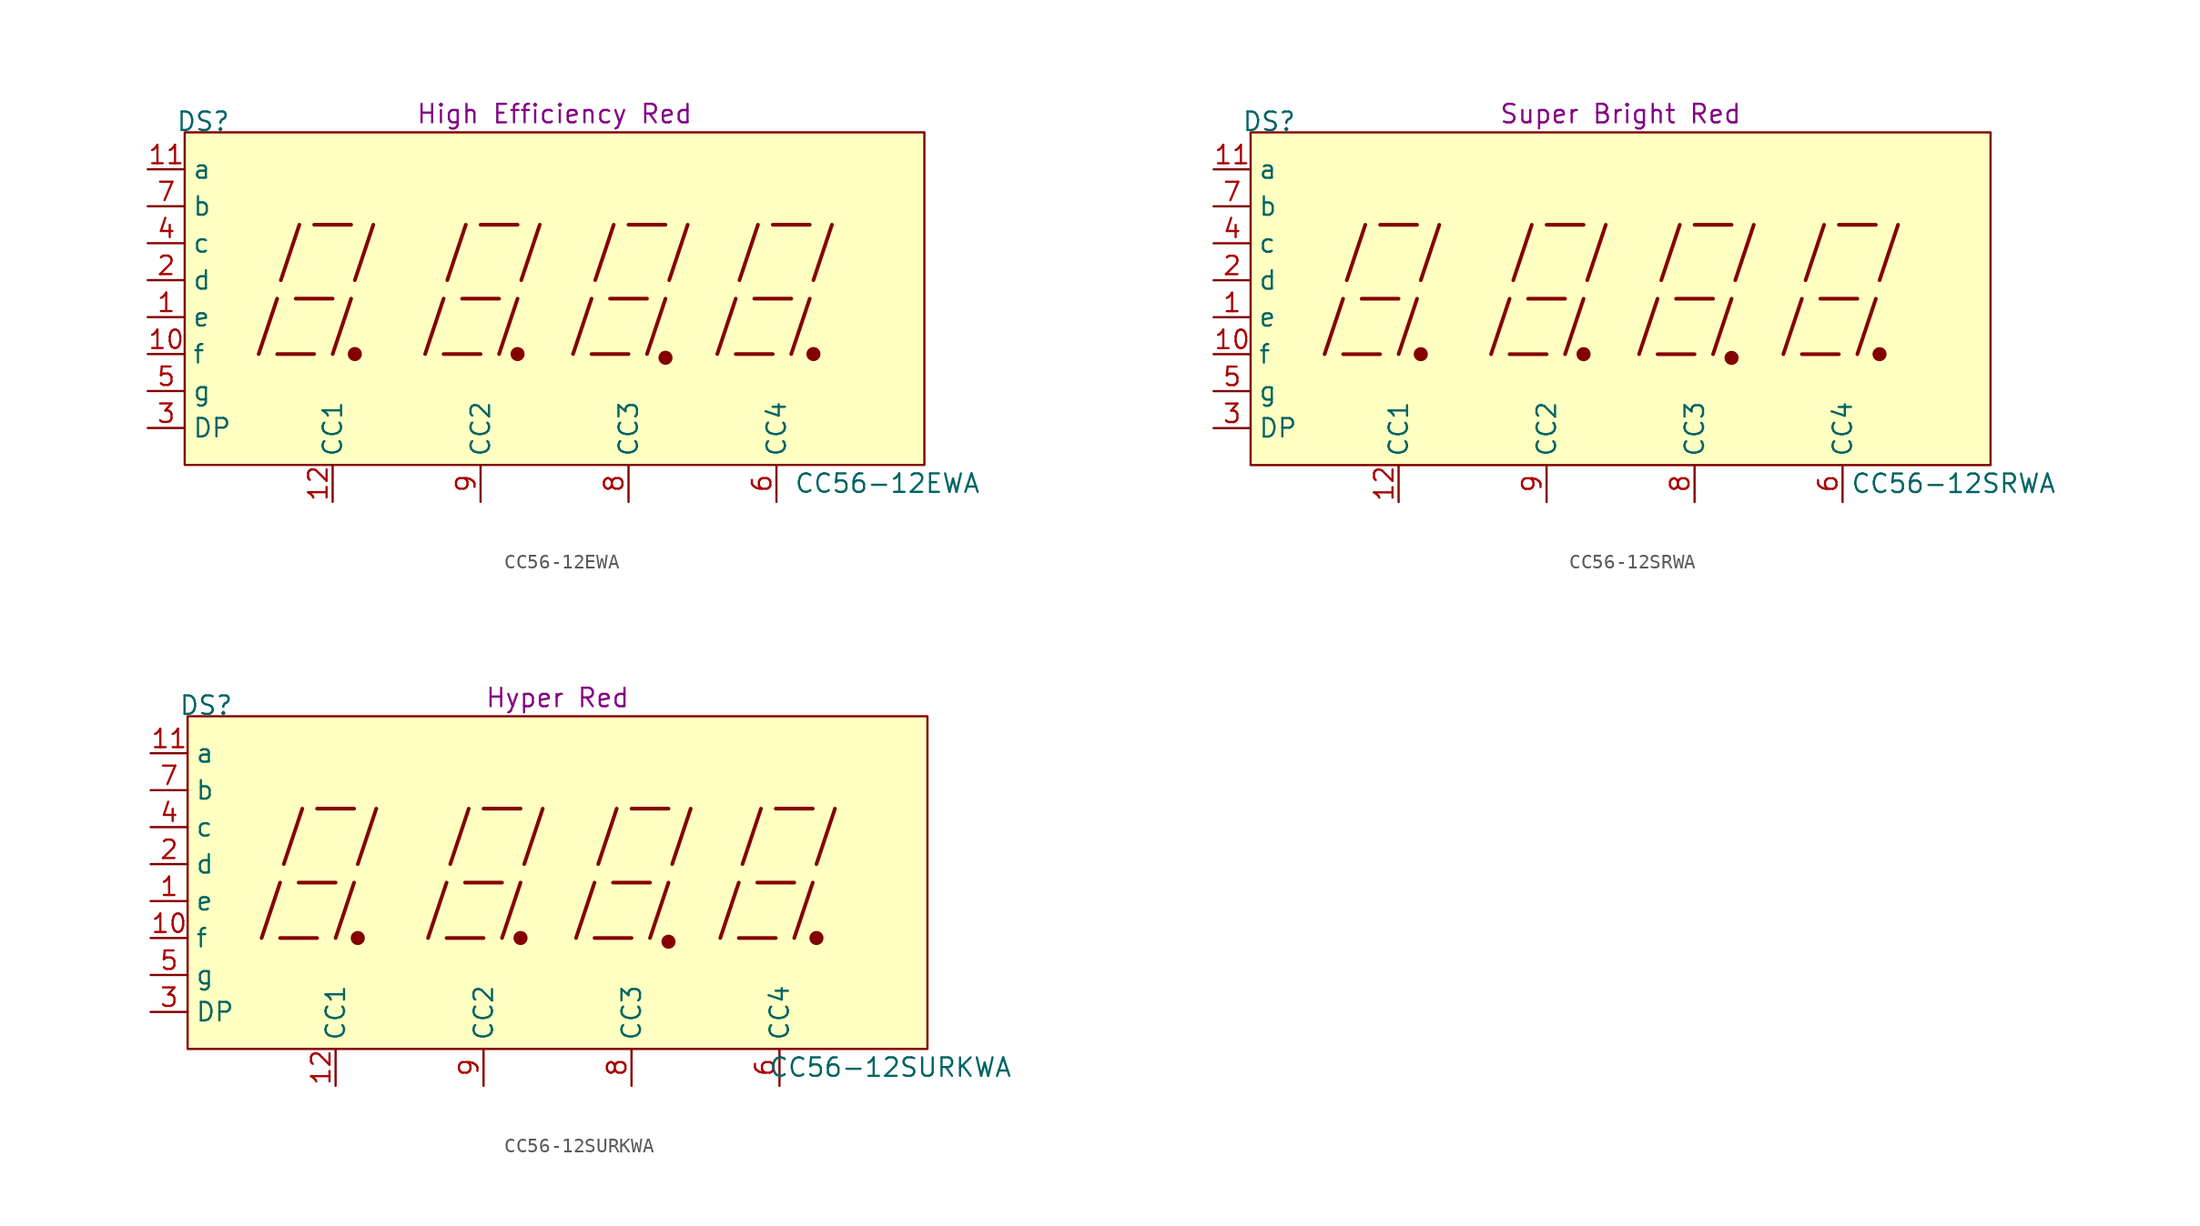
<source format=kicad_sym>
(kicad_symbol_lib
  (version 20211014)
  (generator kicad_symbol_editor)
  (symbol "CC56-12EWA"
    (property "Reference" "DS"
      (at -24.13 11.43 0)
      (effects (font (size 1.27 1.27)) (justify bottom)))
    (property "Value" "CC56-12EWA"
      (at 22.86 -12.7 0)
      (effects (font (size 1.27 1.27))))
    (property "Color" "High Efficiency Red"
      (at 0 12.7 0)
      (effects (font (size 1.27 1.27))))
    (symbol "CC56-12EWA_0_0"
      (rectangle (start -25.4 -11.43) (end 25.4 11.43) (stroke (width 0) (type default) (color 0 0 0 0)) (fill (type background)))
      (polyline (pts (xy -20.32 -3.81) (xy -19.05 0)) (stroke (width 0.254) (type default) (color 0 0 0 0)) (fill (type none)))
      (polyline (pts (xy -19.05 -3.81) (xy -16.51 -3.81)) (stroke (width 0.254) (type default) (color 0 0 0 0)) (fill (type none)))
      (polyline (pts (xy -18.796 1.27) (xy -17.526 5.08)) (stroke (width 0.254) (type default) (color 0 0 0 0)) (fill (type none)))
      (polyline (pts (xy -17.78 0) (xy -15.24 0)) (stroke (width 0.254) (type default) (color 0 0 0 0)) (fill (type none)))
      (polyline (pts (xy -16.51 5.08) (xy -13.97 5.08)) (stroke (width 0.254) (type default) (color 0 0 0 0)) (fill (type none)))
      (polyline (pts (xy -15.24 -3.81) (xy -13.97 0)) (stroke (width 0.254) (type default) (color 0 0 0 0)) (fill (type none)))
      (polyline (pts (xy -13.716 1.27) (xy -12.446 5.08)) (stroke (width 0.254) (type default) (color 0 0 0 0)) (fill (type none)))
      (polyline (pts (xy -8.89 -3.81) (xy -7.62 0)) (stroke (width 0.254) (type default) (color 0 0 0 0)) (fill (type none)))
      (polyline (pts (xy -7.62 -3.81) (xy -5.08 -3.81)) (stroke (width 0.254) (type default) (color 0 0 0 0)) (fill (type none)))
      (polyline (pts (xy -7.366 1.27) (xy -6.096 5.08)) (stroke (width 0.254) (type default) (color 0 0 0 0)) (fill (type none)))
      (polyline (pts (xy -6.35 0) (xy -3.81 0)) (stroke (width 0.254) (type default) (color 0 0 0 0)) (fill (type none)))
      (polyline (pts (xy -5.08 5.08) (xy -2.54 5.08)) (stroke (width 0.254) (type default) (color 0 0 0 0)) (fill (type none)))
      (polyline (pts (xy -3.81 -3.81) (xy -2.54 0)) (stroke (width 0.254) (type default) (color 0 0 0 0)) (fill (type none)))
      (polyline (pts (xy -2.286 1.27) (xy -1.016 5.08)) (stroke (width 0.254) (type default) (color 0 0 0 0)) (fill (type none)))
      (polyline (pts (xy 1.27 -3.81) (xy 2.54 0)) (stroke (width 0.254) (type default) (color 0 0 0 0)) (fill (type none)))
      (polyline (pts (xy 2.54 -3.81) (xy 5.08 -3.81)) (stroke (width 0.254) (type default) (color 0 0 0 0)) (fill (type none)))
      (polyline (pts (xy 2.794 1.27) (xy 4.064 5.08)) (stroke (width 0.254) (type default) (color 0 0 0 0)) (fill (type none)))
      (polyline (pts (xy 3.81 0) (xy 6.35 0)) (stroke (width 0.254) (type default) (color 0 0 0 0)) (fill (type none)))
      (polyline (pts (xy 5.08 5.08) (xy 7.62 5.08)) (stroke (width 0.254) (type default) (color 0 0 0 0)) (fill (type none)))
      (polyline (pts (xy 6.35 -3.81) (xy 7.62 0)) (stroke (width 0.254) (type default) (color 0 0 0 0)) (fill (type none)))
      (polyline (pts (xy 7.874 1.27) (xy 9.144 5.08)) (stroke (width 0.254) (type default) (color 0 0 0 0)) (fill (type none)))
      (polyline (pts (xy 11.176 -3.81) (xy 12.446 0)) (stroke (width 0.254) (type default) (color 0 0 0 0)) (fill (type none)))
      (polyline (pts (xy 12.446 -3.81) (xy 14.986 -3.81)) (stroke (width 0.254) (type default) (color 0 0 0 0)) (fill (type none)))
      (polyline (pts (xy 12.7 1.27) (xy 13.97 5.08)) (stroke (width 0.254) (type default) (color 0 0 0 0)) (fill (type none)))
      (polyline (pts (xy 13.716 0) (xy 16.256 0)) (stroke (width 0.254) (type default) (color 0 0 0 0)) (fill (type none)))
      (polyline (pts (xy 14.986 5.08) (xy 17.526 5.08)) (stroke (width 0.254) (type default) (color 0 0 0 0)) (fill (type none)))
      (polyline (pts (xy 16.256 -3.81) (xy 17.526 0)) (stroke (width 0.254) (type default) (color 0 0 0 0)) (fill (type none)))
      (polyline (pts (xy 17.78 1.27) (xy 19.05 5.08)) (stroke (width 0.254) (type default) (color 0 0 0 0)) (fill (type none))))
    (symbol "CC56-12EWA_0_1"
      (circle (center -13.716 -3.81) (radius 0.356) (stroke (width 0.254) (type default) (color 0 0 0 0)) (fill (type outline)))
      (circle (center -2.54 -3.81) (radius 0.356) (stroke (width 0.254) (type default) (color 0 0 0 0)) (fill (type outline))))
    (symbol "CC56-12EWA_1_0"
      (circle (center 7.62 -4.064) (radius 0.356) (stroke (width 0.254) (type default) (color 0 0 0 0)) (fill (type outline)))
      (circle (center 17.78 -3.81) (radius 0.356) (stroke (width 0.254) (type default) (color 0 0 0 0)) (fill (type outline))))
    (symbol "CC56-12EWA_1_1"
      (pin passive line (at -27.94 -1.27 0) (length 2.54) (name "e" (effects (font (size 1.27 1.27)))) (number "1" (effects (font (size 1.27 1.27)))))
      (pin passive line (at -27.94 -3.81 0) (length 2.54) (name "f" (effects (font (size 1.27 1.27)))) (number "10" (effects (font (size 1.27 1.27)))))
      (pin passive line (at -27.94 8.89 0) (length 2.54) (name "a" (effects (font (size 1.27 1.27)))) (number "11" (effects (font (size 1.27 1.27)))))
      (pin passive line (at -15.24 -13.97 90) (length 2.54) (name "CC1" (effects (font (size 1.27 1.27)))) (number "12" (effects (font (size 1.27 1.27)))))
      (pin passive line (at -27.94 1.27 0) (length 2.54) (name "d" (effects (font (size 1.27 1.27)))) (number "2" (effects (font (size 1.27 1.27)))))
      (pin passive line (at -27.94 -8.89 0) (length 2.54) (name "DP" (effects (font (size 1.27 1.27)))) (number "3" (effects (font (size 1.27 1.27)))))
      (pin passive line (at -27.94 3.81 0) (length 2.54) (name "c" (effects (font (size 1.27 1.27)))) (number "4" (effects (font (size 1.27 1.27)))))
      (pin passive line (at -27.94 -6.35 0) (length 2.54) (name "g" (effects (font (size 1.27 1.27)))) (number "5" (effects (font (size 1.27 1.27)))))
      (pin passive line (at 15.24 -13.97 90) (length 2.54) (name "CC4" (effects (font (size 1.27 1.27)))) (number "6" (effects (font (size 1.27 1.27)))))
      (pin passive line (at -27.94 6.35 0) (length 2.54) (name "b" (effects (font (size 1.27 1.27)))) (number "7" (effects (font (size 1.27 1.27)))))
      (pin passive line (at 5.08 -13.97 90) (length 2.54) (name "CC3" (effects (font (size 1.27 1.27)))) (number "8" (effects (font (size 1.27 1.27)))))
      (pin passive line (at -5.08 -13.97 90) (length 2.54) (name "CC2" (effects (font (size 1.27 1.27)))) (number "9" (effects (font (size 1.27 1.27)))))))
  (symbol "CC56-12SRWA"
    (property "Reference" "DS"
      (at -24.13 11.43 0)
      (effects (font (size 1.27 1.27)) (justify bottom)))
    (property "Value" "CC56-12SRWA"
      (at 22.86 -12.7 0)
      (effects (font (size 1.27 1.27))))
    (property "Color" "Super Bright Red"
      (at 0 12.7 0)
      (effects (font (size 1.27 1.27))))
    (symbol "CC56-12SRWA_0_0"
      (rectangle (start -25.4 -11.43) (end 25.4 11.43) (stroke (width 0) (type default) (color 0 0 0 0)) (fill (type background)))
      (polyline (pts (xy -20.32 -3.81) (xy -19.05 0)) (stroke (width 0.254) (type default) (color 0 0 0 0)) (fill (type none)))
      (polyline (pts (xy -19.05 -3.81) (xy -16.51 -3.81)) (stroke (width 0.254) (type default) (color 0 0 0 0)) (fill (type none)))
      (polyline (pts (xy -18.796 1.27) (xy -17.526 5.08)) (stroke (width 0.254) (type default) (color 0 0 0 0)) (fill (type none)))
      (polyline (pts (xy -17.78 0) (xy -15.24 0)) (stroke (width 0.254) (type default) (color 0 0 0 0)) (fill (type none)))
      (polyline (pts (xy -16.51 5.08) (xy -13.97 5.08)) (stroke (width 0.254) (type default) (color 0 0 0 0)) (fill (type none)))
      (polyline (pts (xy -15.24 -3.81) (xy -13.97 0)) (stroke (width 0.254) (type default) (color 0 0 0 0)) (fill (type none)))
      (polyline (pts (xy -13.716 1.27) (xy -12.446 5.08)) (stroke (width 0.254) (type default) (color 0 0 0 0)) (fill (type none)))
      (polyline (pts (xy -8.89 -3.81) (xy -7.62 0)) (stroke (width 0.254) (type default) (color 0 0 0 0)) (fill (type none)))
      (polyline (pts (xy -7.62 -3.81) (xy -5.08 -3.81)) (stroke (width 0.254) (type default) (color 0 0 0 0)) (fill (type none)))
      (polyline (pts (xy -7.366 1.27) (xy -6.096 5.08)) (stroke (width 0.254) (type default) (color 0 0 0 0)) (fill (type none)))
      (polyline (pts (xy -6.35 0) (xy -3.81 0)) (stroke (width 0.254) (type default) (color 0 0 0 0)) (fill (type none)))
      (polyline (pts (xy -5.08 5.08) (xy -2.54 5.08)) (stroke (width 0.254) (type default) (color 0 0 0 0)) (fill (type none)))
      (polyline (pts (xy -3.81 -3.81) (xy -2.54 0)) (stroke (width 0.254) (type default) (color 0 0 0 0)) (fill (type none)))
      (polyline (pts (xy -2.286 1.27) (xy -1.016 5.08)) (stroke (width 0.254) (type default) (color 0 0 0 0)) (fill (type none)))
      (polyline (pts (xy 1.27 -3.81) (xy 2.54 0)) (stroke (width 0.254) (type default) (color 0 0 0 0)) (fill (type none)))
      (polyline (pts (xy 2.54 -3.81) (xy 5.08 -3.81)) (stroke (width 0.254) (type default) (color 0 0 0 0)) (fill (type none)))
      (polyline (pts (xy 2.794 1.27) (xy 4.064 5.08)) (stroke (width 0.254) (type default) (color 0 0 0 0)) (fill (type none)))
      (polyline (pts (xy 3.81 0) (xy 6.35 0)) (stroke (width 0.254) (type default) (color 0 0 0 0)) (fill (type none)))
      (polyline (pts (xy 5.08 5.08) (xy 7.62 5.08)) (stroke (width 0.254) (type default) (color 0 0 0 0)) (fill (type none)))
      (polyline (pts (xy 6.35 -3.81) (xy 7.62 0)) (stroke (width 0.254) (type default) (color 0 0 0 0)) (fill (type none)))
      (polyline (pts (xy 7.874 1.27) (xy 9.144 5.08)) (stroke (width 0.254) (type default) (color 0 0 0 0)) (fill (type none)))
      (polyline (pts (xy 11.176 -3.81) (xy 12.446 0)) (stroke (width 0.254) (type default) (color 0 0 0 0)) (fill (type none)))
      (polyline (pts (xy 12.446 -3.81) (xy 14.986 -3.81)) (stroke (width 0.254) (type default) (color 0 0 0 0)) (fill (type none)))
      (polyline (pts (xy 12.7 1.27) (xy 13.97 5.08)) (stroke (width 0.254) (type default) (color 0 0 0 0)) (fill (type none)))
      (polyline (pts (xy 13.716 0) (xy 16.256 0)) (stroke (width 0.254) (type default) (color 0 0 0 0)) (fill (type none)))
      (polyline (pts (xy 14.986 5.08) (xy 17.526 5.08)) (stroke (width 0.254) (type default) (color 0 0 0 0)) (fill (type none)))
      (polyline (pts (xy 16.256 -3.81) (xy 17.526 0)) (stroke (width 0.254) (type default) (color 0 0 0 0)) (fill (type none)))
      (polyline (pts (xy 17.78 1.27) (xy 19.05 5.08)) (stroke (width 0.254) (type default) (color 0 0 0 0)) (fill (type none))))
    (symbol "CC56-12SRWA_0_1"
      (circle (center -13.716 -3.81) (radius 0.356) (stroke (width 0.254) (type default) (color 0 0 0 0)) (fill (type outline)))
      (circle (center -2.54 -3.81) (radius 0.356) (stroke (width 0.254) (type default) (color 0 0 0 0)) (fill (type outline))))
    (symbol "CC56-12SRWA_1_0"
      (circle (center 7.62 -4.064) (radius 0.356) (stroke (width 0.254) (type default) (color 0 0 0 0)) (fill (type outline)))
      (circle (center 17.78 -3.81) (radius 0.356) (stroke (width 0.254) (type default) (color 0 0 0 0)) (fill (type outline))))
    (symbol "CC56-12SRWA_1_1"
      (pin passive line (at -27.94 -1.27 0) (length 2.54) (name "e" (effects (font (size 1.27 1.27)))) (number "1" (effects (font (size 1.27 1.27)))))
      (pin passive line (at -27.94 -3.81 0) (length 2.54) (name "f" (effects (font (size 1.27 1.27)))) (number "10" (effects (font (size 1.27 1.27)))))
      (pin passive line (at -27.94 8.89 0) (length 2.54) (name "a" (effects (font (size 1.27 1.27)))) (number "11" (effects (font (size 1.27 1.27)))))
      (pin passive line (at -15.24 -13.97 90) (length 2.54) (name "CC1" (effects (font (size 1.27 1.27)))) (number "12" (effects (font (size 1.27 1.27)))))
      (pin passive line (at -27.94 1.27 0) (length 2.54) (name "d" (effects (font (size 1.27 1.27)))) (number "2" (effects (font (size 1.27 1.27)))))
      (pin passive line (at -27.94 -8.89 0) (length 2.54) (name "DP" (effects (font (size 1.27 1.27)))) (number "3" (effects (font (size 1.27 1.27)))))
      (pin passive line (at -27.94 3.81 0) (length 2.54) (name "c" (effects (font (size 1.27 1.27)))) (number "4" (effects (font (size 1.27 1.27)))))
      (pin passive line (at -27.94 -6.35 0) (length 2.54) (name "g" (effects (font (size 1.27 1.27)))) (number "5" (effects (font (size 1.27 1.27)))))
      (pin passive line (at 15.24 -13.97 90) (length 2.54) (name "CC4" (effects (font (size 1.27 1.27)))) (number "6" (effects (font (size 1.27 1.27)))))
      (pin passive line (at -27.94 6.35 0) (length 2.54) (name "b" (effects (font (size 1.27 1.27)))) (number "7" (effects (font (size 1.27 1.27)))))
      (pin passive line (at 5.08 -13.97 90) (length 2.54) (name "CC3" (effects (font (size 1.27 1.27)))) (number "8" (effects (font (size 1.27 1.27)))))
      (pin passive line (at -5.08 -13.97 90) (length 2.54) (name "CC2" (effects (font (size 1.27 1.27)))) (number "9" (effects (font (size 1.27 1.27)))))))
  (symbol "CC56-12SURKWA"
    (property "Reference" "DS"
      (at -24.13 11.43 0)
      (effects (font (size 1.27 1.27)) (justify bottom)))
    (property "Value" "CC56-12SURKWA"
      (at 22.86 -12.7 0)
      (effects (font (size 1.27 1.27))))
    (property "Color" "Hyper Red"
      (at 0 12.7 0)
      (effects (font (size 1.27 1.27))))
    (symbol "CC56-12SURKWA_0_0"
      (rectangle (start -25.4 -11.43) (end 25.4 11.43) (stroke (width 0) (type default) (color 0 0 0 0)) (fill (type background)))
      (polyline (pts (xy -20.32 -3.81) (xy -19.05 0)) (stroke (width 0.254) (type default) (color 0 0 0 0)) (fill (type none)))
      (polyline (pts (xy -19.05 -3.81) (xy -16.51 -3.81)) (stroke (width 0.254) (type default) (color 0 0 0 0)) (fill (type none)))
      (polyline (pts (xy -18.796 1.27) (xy -17.526 5.08)) (stroke (width 0.254) (type default) (color 0 0 0 0)) (fill (type none)))
      (polyline (pts (xy -17.78 0) (xy -15.24 0)) (stroke (width 0.254) (type default) (color 0 0 0 0)) (fill (type none)))
      (polyline (pts (xy -16.51 5.08) (xy -13.97 5.08)) (stroke (width 0.254) (type default) (color 0 0 0 0)) (fill (type none)))
      (polyline (pts (xy -15.24 -3.81) (xy -13.97 0)) (stroke (width 0.254) (type default) (color 0 0 0 0)) (fill (type none)))
      (polyline (pts (xy -13.716 1.27) (xy -12.446 5.08)) (stroke (width 0.254) (type default) (color 0 0 0 0)) (fill (type none)))
      (polyline (pts (xy -8.89 -3.81) (xy -7.62 0)) (stroke (width 0.254) (type default) (color 0 0 0 0)) (fill (type none)))
      (polyline (pts (xy -7.62 -3.81) (xy -5.08 -3.81)) (stroke (width 0.254) (type default) (color 0 0 0 0)) (fill (type none)))
      (polyline (pts (xy -7.366 1.27) (xy -6.096 5.08)) (stroke (width 0.254) (type default) (color 0 0 0 0)) (fill (type none)))
      (polyline (pts (xy -6.35 0) (xy -3.81 0)) (stroke (width 0.254) (type default) (color 0 0 0 0)) (fill (type none)))
      (polyline (pts (xy -5.08 5.08) (xy -2.54 5.08)) (stroke (width 0.254) (type default) (color 0 0 0 0)) (fill (type none)))
      (polyline (pts (xy -3.81 -3.81) (xy -2.54 0)) (stroke (width 0.254) (type default) (color 0 0 0 0)) (fill (type none)))
      (polyline (pts (xy -2.286 1.27) (xy -1.016 5.08)) (stroke (width 0.254) (type default) (color 0 0 0 0)) (fill (type none)))
      (polyline (pts (xy 1.27 -3.81) (xy 2.54 0)) (stroke (width 0.254) (type default) (color 0 0 0 0)) (fill (type none)))
      (polyline (pts (xy 2.54 -3.81) (xy 5.08 -3.81)) (stroke (width 0.254) (type default) (color 0 0 0 0)) (fill (type none)))
      (polyline (pts (xy 2.794 1.27) (xy 4.064 5.08)) (stroke (width 0.254) (type default) (color 0 0 0 0)) (fill (type none)))
      (polyline (pts (xy 3.81 0) (xy 6.35 0)) (stroke (width 0.254) (type default) (color 0 0 0 0)) (fill (type none)))
      (polyline (pts (xy 5.08 5.08) (xy 7.62 5.08)) (stroke (width 0.254) (type default) (color 0 0 0 0)) (fill (type none)))
      (polyline (pts (xy 6.35 -3.81) (xy 7.62 0)) (stroke (width 0.254) (type default) (color 0 0 0 0)) (fill (type none)))
      (polyline (pts (xy 7.874 1.27) (xy 9.144 5.08)) (stroke (width 0.254) (type default) (color 0 0 0 0)) (fill (type none)))
      (polyline (pts (xy 11.176 -3.81) (xy 12.446 0)) (stroke (width 0.254) (type default) (color 0 0 0 0)) (fill (type none)))
      (polyline (pts (xy 12.446 -3.81) (xy 14.986 -3.81)) (stroke (width 0.254) (type default) (color 0 0 0 0)) (fill (type none)))
      (polyline (pts (xy 12.7 1.27) (xy 13.97 5.08)) (stroke (width 0.254) (type default) (color 0 0 0 0)) (fill (type none)))
      (polyline (pts (xy 13.716 0) (xy 16.256 0)) (stroke (width 0.254) (type default) (color 0 0 0 0)) (fill (type none)))
      (polyline (pts (xy 14.986 5.08) (xy 17.526 5.08)) (stroke (width 0.254) (type default) (color 0 0 0 0)) (fill (type none)))
      (polyline (pts (xy 16.256 -3.81) (xy 17.526 0)) (stroke (width 0.254) (type default) (color 0 0 0 0)) (fill (type none)))
      (polyline (pts (xy 17.78 1.27) (xy 19.05 5.08)) (stroke (width 0.254) (type default) (color 0 0 0 0)) (fill (type none))))
    (symbol "CC56-12SURKWA_0_1"
      (circle (center -13.716 -3.81) (radius 0.356) (stroke (width 0.254) (type default) (color 0 0 0 0)) (fill (type outline)))
      (circle (center -2.54 -3.81) (radius 0.356) (stroke (width 0.254) (type default) (color 0 0 0 0)) (fill (type outline))))
    (symbol "CC56-12SURKWA_1_0"
      (circle (center 7.62 -4.064) (radius 0.356) (stroke (width 0.254) (type default) (color 0 0 0 0)) (fill (type outline)))
      (circle (center 17.78 -3.81) (radius 0.356) (stroke (width 0.254) (type default) (color 0 0 0 0)) (fill (type outline))))
    (symbol "CC56-12SURKWA_1_1"
      (pin passive line (at -27.94 -1.27 0) (length 2.54) (name "e" (effects (font (size 1.27 1.27)))) (number "1" (effects (font (size 1.27 1.27)))))
      (pin passive line (at -27.94 -3.81 0) (length 2.54) (name "f" (effects (font (size 1.27 1.27)))) (number "10" (effects (font (size 1.27 1.27)))))
      (pin passive line (at -27.94 8.89 0) (length 2.54) (name "a" (effects (font (size 1.27 1.27)))) (number "11" (effects (font (size 1.27 1.27)))))
      (pin passive line (at -15.24 -13.97 90) (length 2.54) (name "CC1" (effects (font (size 1.27 1.27)))) (number "12" (effects (font (size 1.27 1.27)))))
      (pin passive line (at -27.94 1.27 0) (length 2.54) (name "d" (effects (font (size 1.27 1.27)))) (number "2" (effects (font (size 1.27 1.27)))))
      (pin passive line (at -27.94 -8.89 0) (length 2.54) (name "DP" (effects (font (size 1.27 1.27)))) (number "3" (effects (font (size 1.27 1.27)))))
      (pin passive line (at -27.94 3.81 0) (length 2.54) (name "c" (effects (font (size 1.27 1.27)))) (number "4" (effects (font (size 1.27 1.27)))))
      (pin passive line (at -27.94 -6.35 0) (length 2.54) (name "g" (effects (font (size 1.27 1.27)))) (number "5" (effects (font (size 1.27 1.27)))))
      (pin passive line (at 15.24 -13.97 90) (length 2.54) (name "CC4" (effects (font (size 1.27 1.27)))) (number "6" (effects (font (size 1.27 1.27)))))
      (pin passive line (at -27.94 6.35 0) (length 2.54) (name "b" (effects (font (size 1.27 1.27)))) (number "7" (effects (font (size 1.27 1.27)))))
      (pin passive line (at 5.08 -13.97 90) (length 2.54) (name "CC3" (effects (font (size 1.27 1.27)))) (number "8" (effects (font (size 1.27 1.27)))))
      (pin passive line (at -5.08 -13.97 90) (length 2.54) (name "CC2" (effects (font (size 1.27 1.27)))) (number "9" (effects (font (size 1.27 1.27))))))))
</source>
